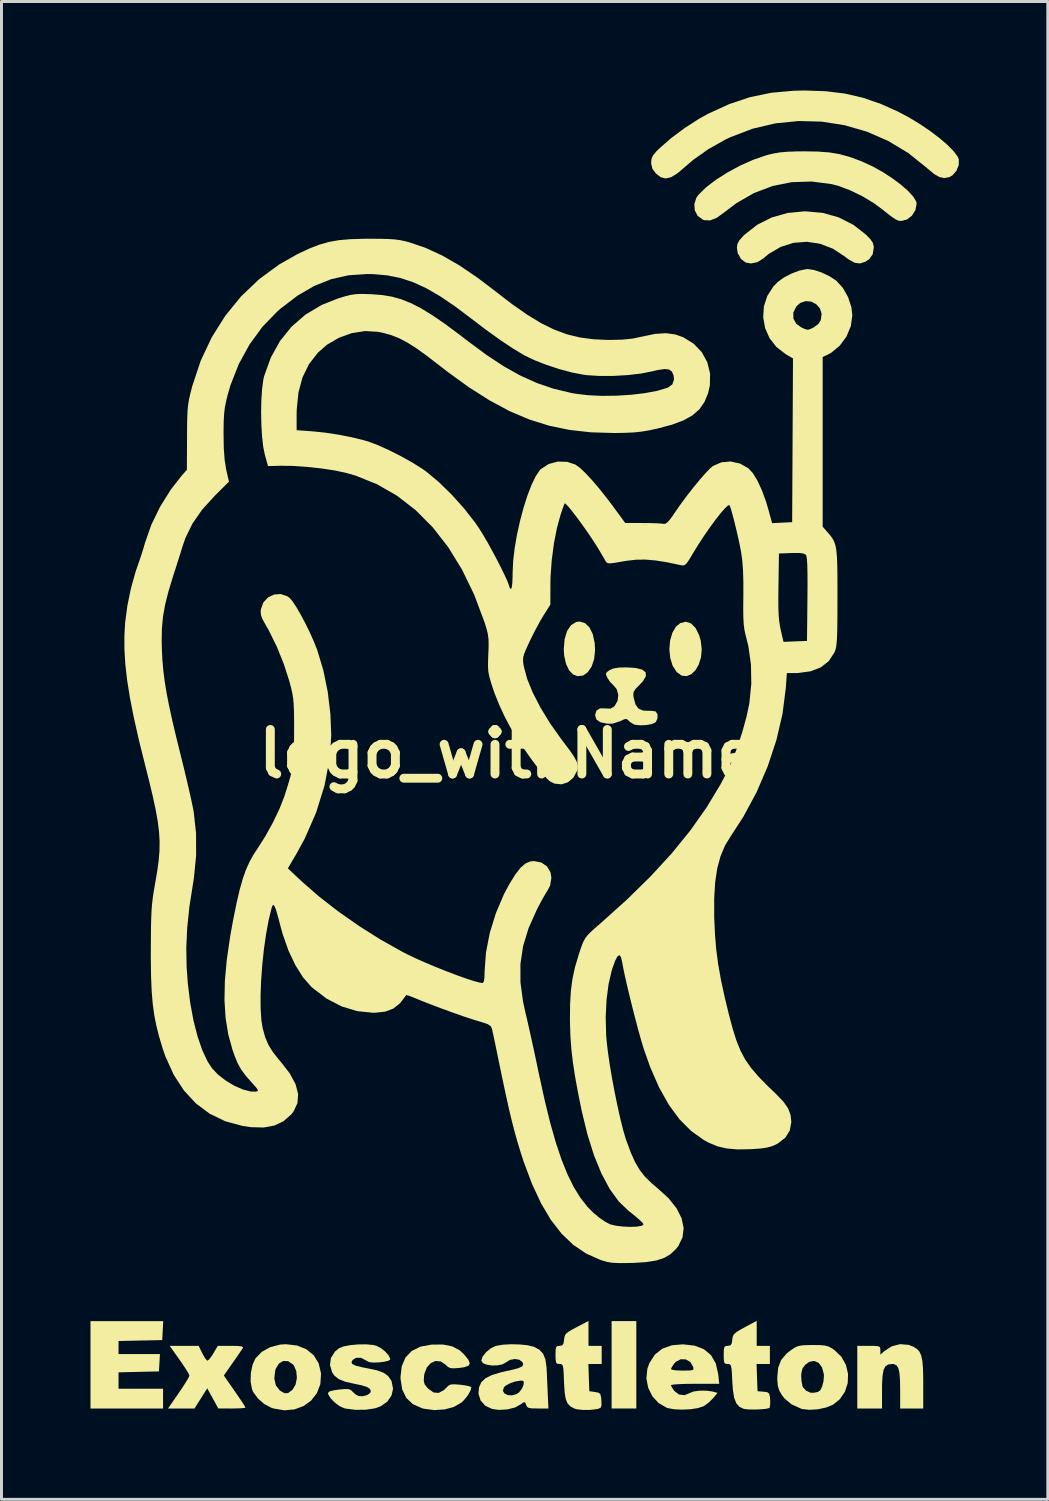
<source format=kicad_pcb>
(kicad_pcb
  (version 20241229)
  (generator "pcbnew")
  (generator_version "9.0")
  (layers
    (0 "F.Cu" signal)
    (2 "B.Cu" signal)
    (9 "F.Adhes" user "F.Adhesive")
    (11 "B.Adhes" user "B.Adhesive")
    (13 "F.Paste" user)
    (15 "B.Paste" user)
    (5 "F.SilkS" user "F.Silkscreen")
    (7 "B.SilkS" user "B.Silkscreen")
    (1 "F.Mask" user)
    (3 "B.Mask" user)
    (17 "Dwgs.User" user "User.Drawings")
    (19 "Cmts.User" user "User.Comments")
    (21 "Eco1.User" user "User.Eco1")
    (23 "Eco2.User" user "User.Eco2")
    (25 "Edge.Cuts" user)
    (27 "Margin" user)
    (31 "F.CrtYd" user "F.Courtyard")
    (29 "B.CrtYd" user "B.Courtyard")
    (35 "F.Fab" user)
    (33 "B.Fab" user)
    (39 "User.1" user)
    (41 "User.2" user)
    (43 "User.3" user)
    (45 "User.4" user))
  (footprint "logo_withName"
    (layer "F.Cu")
    (at 14.062 22.359)
    (property "Reference" "logo_withName" (at 0 0 0) (layer "F.SilkS") (effects (font (size 1.5 1.5) (thickness 0.3))))
    (attr board_only exclude_from_pos_files exclude_from_bom)
    (fp_poly (pts (xy 4.335 20.592) (xy 4.335 22.065) (xy 3.918 22.065) (xy 3.502 22.065) (xy 3.502 20.592) (xy 3.502 19.119) (xy 3.918 19.119) (xy 4.335 19.119)) (stroke (width 0) (type solid)) (fill yes) (layer "F.SilkS"))
    (fp_poly (pts (xy 2.604 -4.408) (xy 2.756 -4.262) (xy 2.868 -4.033) (xy 2.932 -3.735) (xy 2.945 -3.495) (xy 2.913 -3.191) (xy 2.827 -2.939) (xy 2.699 -2.751) (xy 2.54 -2.64) (xy 2.359 -2.618) (xy 2.209 -2.673) (xy 2.072 -2.81) (xy 1.967 -3.03) (xy 1.904 -3.308) (xy 1.89 -3.529) (xy 1.919 -3.869) (xy 2.002 -4.142) (xy 2.134 -4.337) (xy 2.306 -4.444) (xy 2.419 -4.46)) (stroke (width 0) (type solid)) (fill yes) (layer "F.SilkS"))
    (fp_poly (pts (xy 6.182 -4.394) (xy 6.334 -4.24) (xy 6.454 -3.998) (xy 6.507 -3.811) (xy 6.54 -3.522) (xy 6.515 -3.252) (xy 6.441 -3.013) (xy 6.329 -2.82) (xy 6.189 -2.684) (xy 6.031 -2.619) (xy 5.864 -2.637) (xy 5.7 -2.753) (xy 5.695 -2.759) (xy 5.558 -2.972) (xy 5.477 -3.236) (xy 5.449 -3.526) (xy 5.474 -3.816) (xy 5.549 -4.078) (xy 5.671 -4.288) (xy 5.818 -4.408) (xy 6.007 -4.453)) (stroke (width 0) (type solid)) (fill yes) (layer "F.SilkS"))
    (fp_poly (pts (xy -11.627 19.439) (xy -11.644 19.759) (xy -12.38 19.774) (xy -13.117 19.79) (xy -13.117 20.01) (xy -13.117 20.231) (xy -12.419 20.231) (xy -11.722 20.231) (xy -11.738 20.523) (xy -11.755 20.815) (xy -12.436 20.83) (xy -13.117 20.846) (xy -13.117 21.122) (xy -13.117 21.398) (xy -12.367 21.398) (xy -11.616 21.398) (xy -11.616 21.732) (xy -11.616 22.065) (xy -12.839 22.065) (xy -14.062 22.065) (xy -14.062 20.592) (xy -14.062 19.119) (xy -12.836 19.119) (xy -11.611 19.119)) (stroke (width 0) (type solid)) (fill yes) (layer "F.SilkS"))
    (fp_poly (pts (xy 10.614 -18.235) (xy 11.155 -18.083) (xy 11.648 -17.833) (xy 12.065 -17.509) (xy 12.222 -17.35) (xy 12.306 -17.227) (xy 12.337 -17.11) (xy 12.339 -17.07) (xy 12.303 -16.84) (xy 12.187 -16.675) (xy 12.053 -16.587) (xy 11.876 -16.529) (xy 11.699 -16.552) (xy 11.498 -16.66) (xy 11.368 -16.759) (xy 10.96 -17.027) (xy 10.526 -17.194) (xy 10.079 -17.26) (xy 9.633 -17.224) (xy 9.202 -17.087) (xy 8.798 -16.851) (xy 8.613 -16.696) (xy 8.419 -16.574) (xy 8.201 -16.529) (xy 8.023 -16.56) (xy 7.857 -16.686) (xy 7.752 -16.882) (xy 7.726 -17.058) (xy 7.742 -17.184) (xy 7.803 -17.301) (xy 7.927 -17.443) (xy 7.99 -17.504) (xy 8.413 -17.835) (xy 8.899 -18.079) (xy 9.433 -18.231) (xy 10.003 -18.286) (xy 10.032 -18.286)) (stroke (width 0) (type solid)) (fill yes) (layer "F.SilkS"))
    (fp_poly (pts (xy 13.515 19.92) (xy 13.674 19.982) (xy 13.792 20.056) (xy 13.878 20.15) (xy 13.938 20.28) (xy 13.977 20.465) (xy 13.998 20.72) (xy 14.006 21.062) (xy 14.006 21.229) (xy 14.006 22.065) (xy 13.617 22.065) (xy 13.228 22.065) (xy 13.228 21.457) (xy 13.223 21.117) (xy 13.205 20.873) (xy 13.169 20.71) (xy 13.111 20.615) (xy 13.027 20.571) (xy 12.955 20.565) (xy 12.824 20.582) (xy 12.731 20.645) (xy 12.669 20.767) (xy 12.634 20.963) (xy 12.618 21.248) (xy 12.617 21.438) (xy 12.617 22.065) (xy 12.2 22.065) (xy 11.783 22.065) (xy 11.783 21.009) (xy 11.783 19.953) (xy 12.172 19.953) (xy 12.375 19.955) (xy 12.491 19.966) (xy 12.545 19.997) (xy 12.56 20.056) (xy 12.561 20.102) (xy 12.561 20.25) (xy 12.686 20.137) (xy 12.943 19.969) (xy 13.228 19.896)) (stroke (width 0) (type solid)) (fill yes) (layer "F.SilkS"))
    (fp_poly (pts (xy -10.294 20.203) (xy -10.214 20.347) (xy -10.145 20.438) (xy -10.119 20.453) (xy -10.062 20.409) (xy -9.976 20.296) (xy -9.918 20.203) (xy -9.771 19.953) (xy -9.329 19.953) (xy -9.102 19.957) (xy -8.972 19.971) (xy -8.922 19.998) (xy -8.926 20.023) (xy -8.974 20.097) (xy -9.07 20.238) (xy -9.196 20.421) (xy -9.267 20.523) (xy -9.568 20.954) (xy -9.202 21.478) (xy -9.058 21.688) (xy -8.941 21.863) (xy -8.863 21.985) (xy -8.837 22.034) (xy -8.888 22.048) (xy -9.025 22.059) (xy -9.221 22.064) (xy -9.296 22.065) (xy -9.754 22.064) (xy -9.941 21.724) (xy -10.127 21.385) (xy -10.342 21.725) (xy -10.557 22.065) (xy -11.003 22.065) (xy -11.449 22.065) (xy -11.088 21.543) (xy -10.944 21.33) (xy -10.828 21.147) (xy -10.751 21.014) (xy -10.727 20.956) (xy -10.757 20.886) (xy -10.84 20.748) (xy -10.961 20.565) (xy -11.06 20.422) (xy -11.393 19.953) (xy -10.904 19.953) (xy -10.416 19.953)) (stroke (width 0) (type solid)) (fill yes) (layer "F.SilkS"))
    (fp_poly (pts (xy -7.098 19.942) (xy -6.782 20.07) (xy -6.536 20.273) (xy -6.37 20.546) (xy -6.293 20.879) (xy -6.291 20.895) (xy -6.315 21.243) (xy -6.431 21.547) (xy -6.624 21.796) (xy -6.88 21.982) (xy -7.187 22.095) (xy -7.528 22.126) (xy -7.892 22.064) (xy -7.969 22.039) (xy -8.208 21.912) (xy -8.423 21.723) (xy -8.579 21.506) (xy -8.62 21.41) (xy -8.665 21.152) (xy -8.662 21.052) (xy -7.867 21.052) (xy -7.815 21.284) (xy -7.683 21.456) (xy -7.531 21.547) (xy -7.404 21.545) (xy -7.267 21.445) (xy -7.251 21.429) (xy -7.148 21.257) (xy -7.106 21.036) (xy -7.125 20.809) (xy -7.205 20.619) (xy -7.235 20.582) (xy -7.398 20.471) (xy -7.563 20.462) (xy -7.709 20.547) (xy -7.816 20.721) (xy -7.835 20.78) (xy -7.867 21.052) (xy -8.662 21.052) (xy -8.656 20.86) (xy -8.596 20.582) (xy -8.501 20.374) (xy -8.289 20.155) (xy -8.003 19.997) (xy -7.667 19.91) (xy -7.475 19.898)) (stroke (width 0) (type solid)) (fill yes) (layer "F.SilkS"))
    (fp_poly (pts (xy 2.723 19.534) (xy 2.723 19.953) (xy 2.946 19.953) (xy 3.168 19.953) (xy 3.168 20.259) (xy 3.168 20.565) (xy 2.943 20.565) (xy 2.719 20.565) (xy 2.735 21.023) (xy 2.751 21.482) (xy 2.946 21.509) (xy 3.065 21.534) (xy 3.125 21.584) (xy 3.149 21.693) (xy 3.157 21.794) (xy 3.162 21.951) (xy 3.139 22.032) (xy 3.069 22.069) (xy 2.997 22.086) (xy 2.777 22.112) (xy 2.541 22.114) (xy 2.338 22.092) (xy 2.251 22.068) (xy 2.115 21.996) (xy 2.02 21.897) (xy 1.958 21.75) (xy 1.921 21.537) (xy 1.901 21.235) (xy 1.898 21.171) (xy 1.888 20.905) (xy 1.877 20.731) (xy 1.859 20.63) (xy 1.829 20.581) (xy 1.784 20.566) (xy 1.745 20.565) (xy 1.668 20.556) (xy 1.629 20.511) (xy 1.614 20.404) (xy 1.612 20.259) (xy 1.616 20.084) (xy 1.635 19.992) (xy 1.681 19.958) (xy 1.747 19.953) (xy 1.839 19.937) (xy 1.883 19.868) (xy 1.9 19.745) (xy 1.915 19.638) (xy 1.953 19.559) (xy 2.035 19.486) (xy 2.181 19.399) (xy 2.32 19.325) (xy 2.723 19.114)) (stroke (width 0) (type solid)) (fill yes) (layer "F.SilkS"))
    (fp_poly (pts (xy 8.393 19.532) (xy 8.393 19.953) (xy 8.615 19.953) (xy 8.837 19.953) (xy 8.837 20.259) (xy 8.837 20.565) (xy 8.613 20.565) (xy 8.388 20.565) (xy 8.404 21.023) (xy 8.42 21.482) (xy 8.623 21.499) (xy 8.748 21.515) (xy 8.811 21.56) (xy 8.837 21.664) (xy 8.847 21.767) (xy 8.849 21.924) (xy 8.831 22.029) (xy 8.818 22.049) (xy 8.725 22.073) (xy 8.559 22.09) (xy 8.358 22.099) (xy 8.16 22.098) (xy 8.004 22.086) (xy 7.953 22.076) (xy 7.809 22.006) (xy 7.705 21.889) (xy 7.635 21.708) (xy 7.591 21.447) (xy 7.57 21.151) (xy 7.558 20.89) (xy 7.544 20.721) (xy 7.524 20.624) (xy 7.493 20.579) (xy 7.444 20.565) (xy 7.413 20.565) (xy 7.337 20.556) (xy 7.298 20.511) (xy 7.283 20.402) (xy 7.281 20.259) (xy 7.285 20.084) (xy 7.304 19.992) (xy 7.351 19.958) (xy 7.417 19.953) (xy 7.509 19.937) (xy 7.553 19.866) (xy 7.569 19.748) (xy 7.585 19.643) (xy 7.624 19.564) (xy 7.708 19.489) (xy 7.857 19.399) (xy 7.99 19.327) (xy 8.393 19.11)) (stroke (width 0) (type solid)) (fill yes) (layer "F.SilkS"))
    (fp_poly (pts (xy -1.874 19.97) (xy -1.628 20.097) (xy -1.473 20.238) (xy -1.328 20.418) (xy -1.277 20.542) (xy -1.322 20.624) (xy -1.468 20.674) (xy -1.619 20.696) (xy -1.813 20.711) (xy -1.932 20.703) (xy -2.015 20.663) (xy -2.089 20.592) (xy -2.254 20.479) (xy -2.428 20.463) (xy -2.591 20.533) (xy -2.725 20.68) (xy -2.807 20.892) (xy -2.819 20.967) (xy -2.829 21.136) (xy -2.799 21.251) (xy -2.711 21.363) (xy -2.673 21.401) (xy -2.497 21.526) (xy -2.323 21.539) (xy -2.148 21.442) (xy -2.072 21.367) (xy -1.996 21.293) (xy -1.917 21.255) (xy -1.799 21.248) (xy -1.609 21.263) (xy -1.585 21.265) (xy -1.401 21.291) (xy -1.271 21.323) (xy -1.223 21.353) (xy -1.26 21.478) (xy -1.356 21.638) (xy -1.485 21.795) (xy -1.556 21.862) (xy -1.808 22.009) (xy -2.125 22.096) (xy -2.476 22.118) (xy -2.829 22.071) (xy -2.89 22.055) (xy -3.195 21.92) (xy -3.416 21.71) (xy -3.555 21.426) (xy -3.611 21.069) (xy -3.613 21) (xy -3.57 20.636) (xy -3.443 20.343) (xy -3.233 20.124) (xy -2.94 19.98) (xy -2.567 19.911) (xy -2.562 19.911) (xy -2.179 19.909)) (stroke (width 0) (type solid)) (fill yes) (layer "F.SilkS"))
    (fp_poly (pts (xy 10.463 -20.3) (xy 10.845 -20.271) (xy 11.184 -20.214) (xy 11.515 -20.123) (xy 11.872 -19.993) (xy 11.984 -19.947) (xy 12.32 -19.79) (xy 12.653 -19.602) (xy 12.97 -19.396) (xy 13.255 -19.183) (xy 13.493 -18.975) (xy 13.669 -18.783) (xy 13.768 -18.619) (xy 13.784 -18.543) (xy 13.74 -18.322) (xy 13.623 -18.138) (xy 13.456 -18.01) (xy 13.263 -17.961) (xy 13.16 -17.973) (xy 13.06 -18.024) (xy 12.907 -18.129) (xy 12.728 -18.27) (xy 12.672 -18.316) (xy 12.341 -18.563) (xy 11.95 -18.797) (xy 11.537 -18.997) (xy 11.138 -19.146) (xy 10.921 -19.203) (xy 10.242 -19.291) (xy 9.575 -19.269) (xy 8.926 -19.139) (xy 8.302 -18.903) (xy 7.707 -18.561) (xy 7.299 -18.251) (xy 7.044 -18.066) (xy 6.824 -17.98) (xy 6.627 -17.988) (xy 6.578 -18.005) (xy 6.404 -18.132) (xy 6.306 -18.316) (xy 6.29 -18.529) (xy 6.361 -18.745) (xy 6.429 -18.842) (xy 6.681 -19.091) (xy 7.017 -19.348) (xy 7.412 -19.599) (xy 7.841 -19.83) (xy 8.279 -20.025) (xy 8.702 -20.171) (xy 8.754 -20.186) (xy 8.973 -20.238) (xy 9.19 -20.274) (xy 9.437 -20.295) (xy 9.744 -20.306) (xy 10.004 -20.308)) (stroke (width 0) (type solid)) (fill yes) (layer "F.SilkS"))
    (fp_poly (pts (xy 4.32 -2.895) (xy 4.537 -2.838) (xy 4.65 -2.745) (xy 4.657 -2.616) (xy 4.56 -2.45) (xy 4.44 -2.322) (xy 4.309 -2.188) (xy 4.245 -2.088) (xy 4.233 -1.986) (xy 4.243 -1.908) (xy 4.306 -1.668) (xy 4.412 -1.522) (xy 4.571 -1.458) (xy 4.689 -1.453) (xy 4.853 -1.45) (xy 4.972 -1.432) (xy 4.993 -1.423) (xy 5.049 -1.332) (xy 5.049 -1.2) (xy 4.997 -1.08) (xy 4.973 -1.054) (xy 4.854 -1.003) (xy 4.671 -0.971) (xy 4.472 -0.962) (xy 4.302 -0.979) (xy 4.25 -0.995) (xy 4.124 -1.073) (xy 4.068 -1.127) (xy 4.012 -1.173) (xy 3.936 -1.168) (xy 3.805 -1.108) (xy 3.792 -1.101) (xy 3.535 -1.018) (xy 3.349 -1.018) (xy 3.12 -1.067) (xy 2.989 -1.161) (xy 2.946 -1.304) (xy 2.946 -1.306) (xy 2.989 -1.456) (xy 3.111 -1.534) (xy 3.303 -1.533) (xy 3.456 -1.523) (xy 3.566 -1.578) (xy 3.609 -1.62) (xy 3.706 -1.793) (xy 3.727 -1.994) (xy 3.673 -2.181) (xy 3.584 -2.29) (xy 3.453 -2.424) (xy 3.361 -2.56) (xy 3.311 -2.675) (xy 3.33 -2.744) (xy 3.428 -2.818) (xy 3.558 -2.876) (xy 3.741 -2.907) (xy 3.998 -2.915)) (stroke (width 0) (type solid)) (fill yes) (layer "F.SilkS"))
    (fp_poly (pts (xy 10.718 -22.334) (xy 11.364 -22.255) (xy 11.974 -22.114) (xy 12.581 -21.904) (xy 13.148 -21.651) (xy 13.515 -21.457) (xy 13.88 -21.236) (xy 14.229 -21) (xy 14.547 -20.76) (xy 14.819 -20.528) (xy 15.03 -20.315) (xy 15.165 -20.133) (xy 15.205 -20.04) (xy 15.203 -19.847) (xy 15.124 -19.653) (xy 14.99 -19.498) (xy 14.879 -19.437) (xy 14.715 -19.408) (xy 14.554 -19.441) (xy 14.374 -19.543) (xy 14.153 -19.726) (xy 14.126 -19.751) (xy 13.502 -20.251) (xy 12.826 -20.658) (xy 12.107 -20.971) (xy 11.357 -21.188) (xy 10.587 -21.309) (xy 9.807 -21.33) (xy 9.027 -21.252) (xy 8.259 -21.072) (xy 7.514 -20.789) (xy 7.321 -20.696) (xy 6.757 -20.377) (xy 6.253 -20.021) (xy 5.975 -19.783) (xy 5.716 -19.563) (xy 5.503 -19.434) (xy 5.321 -19.394) (xy 5.156 -19.437) (xy 4.998 -19.56) (xy 4.877 -19.72) (xy 4.836 -19.897) (xy 4.835 -19.931) (xy 4.848 -20.058) (xy 4.897 -20.169) (xy 5.001 -20.296) (xy 5.114 -20.408) (xy 5.507 -20.752) (xy 5.963 -21.092) (xy 6.44 -21.4) (xy 6.758 -21.576) (xy 7.471 -21.902) (xy 8.17 -22.135) (xy 8.885 -22.283) (xy 9.645 -22.351) (xy 10.004 -22.359)) (stroke (width 0) (type solid)) (fill yes) (layer "F.SilkS"))
    (fp_poly (pts (xy 10.525 19.928) (xy 10.69 19.942) (xy 10.812 19.975) (xy 10.923 20.034) (xy 11.009 20.092) (xy 11.247 20.321) (xy 11.401 20.597) (xy 11.472 20.899) (xy 11.461 21.207) (xy 11.367 21.499) (xy 11.191 21.755) (xy 10.962 21.938) (xy 10.736 22.031) (xy 10.459 22.09) (xy 10.176 22.109) (xy 9.934 22.084) (xy 9.893 22.072) (xy 9.569 21.927) (xy 9.329 21.726) (xy 9.24 21.609) (xy 9.151 21.454) (xy 9.105 21.302) (xy 9.088 21.104) (xy 9.087 21.013) (xy 9.09 20.983) (xy 9.893 20.983) (xy 9.906 21.164) (xy 9.938 21.313) (xy 9.952 21.349) (xy 10.058 21.463) (xy 10.203 21.532) (xy 10.329 21.534) (xy 10.431 21.511) (xy 10.452 21.509) (xy 10.529 21.459) (xy 10.596 21.331) (xy 10.643 21.157) (xy 10.659 20.97) (xy 10.655 20.905) (xy 10.594 20.677) (xy 10.48 20.526) (xy 10.331 20.462) (xy 10.163 20.492) (xy 10.03 20.59) (xy 9.935 20.718) (xy 9.897 20.88) (xy 9.893 20.983) (xy 9.09 20.983) (xy 9.117 20.688) (xy 9.216 20.431) (xy 9.399 20.214) (xy 9.553 20.093) (xy 9.678 20.011) (xy 9.789 19.962) (xy 9.922 19.936) (xy 10.109 19.927) (xy 10.282 19.925)) (stroke (width 0) (type solid)) (fill yes) (layer "F.SilkS"))
    (fp_poly (pts (xy 6.299 19.946) (xy 6.615 20.067) (xy 6.853 20.267) (xy 7.013 20.545) (xy 7.096 20.904) (xy 7.098 20.923) (xy 7.13 21.232) (xy 6.316 21.232) (xy 6.03 21.235) (xy 5.787 21.243) (xy 5.609 21.256) (xy 5.513 21.272) (xy 5.502 21.28) (xy 5.534 21.353) (xy 5.61 21.465) (xy 5.618 21.474) (xy 5.774 21.593) (xy 5.96 21.617) (xy 6.143 21.54) (xy 6.145 21.539) (xy 6.271 21.49) (xy 6.465 21.465) (xy 6.686 21.464) (xy 6.894 21.49) (xy 6.941 21.502) (xy 7.073 21.539) (xy 6.92 21.721) (xy 6.779 21.861) (xy 6.625 21.975) (xy 6.599 21.99) (xy 6.41 22.051) (xy 6.153 22.09) (xy 5.869 22.103) (xy 5.599 22.09) (xy 5.384 22.048) (xy 5.363 22.041) (xy 5.087 21.883) (xy 4.875 21.651) (xy 4.735 21.367) (xy 4.675 21.053) (xy 4.705 20.739) (xy 5.502 20.739) (xy 5.553 20.762) (xy 5.687 20.78) (xy 5.877 20.787) (xy 5.895 20.787) (xy 6.099 20.785) (xy 6.213 20.774) (xy 6.26 20.748) (xy 6.26 20.697) (xy 6.251 20.662) (xy 6.154 20.497) (xy 6.003 20.409) (xy 5.831 20.405) (xy 5.668 20.491) (xy 5.618 20.544) (xy 5.539 20.658) (xy 5.503 20.735) (xy 5.502 20.739) (xy 4.705 20.739) (xy 4.706 20.731) (xy 4.774 20.537) (xy 4.959 20.25) (xy 5.211 20.049) (xy 5.533 19.934) (xy 5.904 19.902)) (stroke (width 0) (type solid)) (fill yes) (layer "F.SilkS"))
    (fp_poly (pts (xy -4.536 19.924) (xy -4.427 19.95) (xy -4.28 20.025) (xy -4.135 20.139) (xy -4.02 20.265) (xy -3.962 20.377) (xy -3.962 20.419) (xy -4.024 20.456) (xy -4.165 20.489) (xy -4.323 20.509) (xy -4.535 20.518) (xy -4.673 20.499) (xy -4.773 20.448) (xy -4.783 20.439) (xy -4.947 20.357) (xy -5.109 20.355) (xy -5.226 20.428) (xy -5.266 20.505) (xy -5.233 20.569) (xy -5.118 20.623) (xy -4.908 20.676) (xy -4.727 20.71) (xy -4.41 20.777) (xy -4.185 20.86) (xy -4.032 20.969) (xy -3.93 21.114) (xy -3.911 21.156) (xy -3.864 21.398) (xy -3.917 21.629) (xy -4.057 21.832) (xy -4.275 21.987) (xy -4.468 22.058) (xy -4.785 22.106) (xy -5.136 22.109) (xy -5.461 22.067) (xy -5.515 22.054) (xy -5.668 21.984) (xy -5.828 21.865) (xy -5.964 21.726) (xy -6.046 21.595) (xy -6.058 21.542) (xy -6.01 21.491) (xy -5.863 21.451) (xy -5.687 21.427) (xy -5.484 21.409) (xy -5.36 21.413) (xy -5.283 21.443) (xy -5.229 21.498) (xy -5.113 21.6) (xy -5.023 21.644) (xy -4.884 21.652) (xy -4.742 21.614) (xy -4.639 21.545) (xy -4.613 21.485) (xy -4.643 21.405) (xy -4.742 21.34) (xy -4.926 21.282) (xy -5.168 21.232) (xy -5.478 21.161) (xy -5.696 21.072) (xy -5.844 20.955) (xy -5.918 20.844) (xy -5.99 20.598) (xy -5.957 20.36) (xy -5.823 20.148) (xy -5.686 20.034) (xy -5.532 19.973) (xy -5.304 19.929) (xy -5.038 19.905) (xy -4.77 19.902)) (stroke (width 0) (type solid)) (fill yes) (layer "F.SilkS"))
    (fp_poly (pts (xy 0.407 19.906) (xy 0.676 19.934) (xy 0.878 19.983) (xy 0.885 19.986) (xy 1.069 20.083) (xy 1.193 20.217) (xy 1.27 20.407) (xy 1.309 20.677) (xy 1.317 20.814) (xy 1.329 21.1) (xy 1.343 21.41) (xy 1.354 21.662) (xy 1.373 22.065) (xy 1.015 22.065) (xy 0.817 22.061) (xy 0.704 22.043) (xy 0.648 22.003) (xy 0.627 21.954) (xy 0.588 21.86) (xy 0.526 21.86) (xy 0.449 21.918) (xy 0.253 22.029) (xy -0.007 22.095) (xy -0.29 22.112) (xy -0.526 22.08) (xy -0.758 21.971) (xy -0.915 21.792) (xy -0.985 21.564) (xy -0.977 21.471) (xy -0.161 21.471) (xy -0.108 21.56) (xy 0.003 21.614) (xy 0.148 21.622) (xy 0.3 21.577) (xy 0.381 21.523) (xy 0.482 21.393) (xy 0.532 21.273) (xy 0.546 21.164) (xy 0.5 21.127) (xy 0.437 21.125) (xy 0.258 21.153) (xy 0.073 21.217) (xy -0.074 21.298) (xy -0.13 21.353) (xy -0.161 21.471) (xy -0.977 21.471) (xy -0.967 21.354) (xy -0.891 21.183) (xy -0.75 21.046) (xy -0.528 20.935) (xy -0.214 20.842) (xy -0.103 20.817) (xy 0.182 20.753) (xy 0.371 20.7) (xy 0.479 20.651) (xy 0.521 20.597) (xy 0.512 20.533) (xy 0.499 20.507) (xy 0.398 20.423) (xy 0.243 20.396) (xy 0.076 20.427) (xy -0.056 20.509) (xy -0.177 20.577) (xy -0.347 20.612) (xy -0.534 20.615) (xy -0.708 20.588) (xy -0.837 20.533) (xy -0.889 20.454) (xy -0.889 20.45) (xy -0.843 20.312) (xy -0.724 20.162) (xy -0.564 20.033) (xy -0.399 19.955) (xy -0.171 19.915) (xy 0.111 19.899)) (stroke (width 0) (type solid)) (fill yes) (layer "F.SilkS"))
    (fp_poly (pts (xy -4.325 -17.361) (xy -4.04 -17.354) (xy -3.816 -17.34) (xy -3.628 -17.315) (xy -3.453 -17.279) (xy -3.319 -17.243) (xy -2.772 -17.057) (xy -2.212 -16.799) (xy -1.627 -16.463) (xy -1.008 -16.043) (xy -0.421 -15.596) (xy 0.144 -15.161) (xy 0.653 -14.805) (xy 1.121 -14.52) (xy 1.564 -14.301) (xy 1.997 -14.141) (xy 2.436 -14.034) (xy 2.896 -13.973) (xy 3.392 -13.951) (xy 3.463 -13.951) (xy 3.87 -13.962) (xy 4.211 -13.997) (xy 4.525 -14.063) (xy 4.535 -14.065) (xy 4.966 -14.155) (xy 5.33 -14.179) (xy 5.65 -14.136) (xy 5.917 -14.042) (xy 6.269 -13.824) (xy 6.542 -13.538) (xy 6.728 -13.198) (xy 6.821 -12.819) (xy 6.814 -12.417) (xy 6.753 -12.152) (xy 6.631 -11.857) (xy 6.46 -11.612) (xy 6.228 -11.409) (xy 5.922 -11.239) (xy 5.53 -11.093) (xy 5.057 -10.967) (xy 4.773 -10.905) (xy 4.523 -10.863) (xy 4.272 -10.836) (xy 3.986 -10.821) (xy 3.63 -10.815) (xy 3.557 -10.815) (xy 2.798 -10.838) (xy 2.083 -10.918) (xy 1.399 -11.06) (xy 0.732 -11.269) (xy 0.068 -11.55) (xy -0.605 -11.91) (xy -1.303 -12.353) (xy -2.037 -12.885) (xy -2.334 -13.115) (xy -2.743 -13.43) (xy -3.089 -13.678) (xy -3.39 -13.868) (xy -3.664 -14.011) (xy -3.929 -14.115) (xy -4.201 -14.19) (xy -4.375 -14.226) (xy -4.807 -14.251) (xy -5.254 -14.181) (xy -5.69 -14.024) (xy -6.09 -13.79) (xy -6.397 -13.523) (xy -6.698 -13.134) (xy -6.916 -12.689) (xy -7.053 -12.18) (xy -7.111 -11.599) (xy -7.114 -11.427) (xy -7.114 -10.909) (xy -6.572 -10.87) (xy -6.156 -10.827) (xy -5.701 -10.758) (xy -5.252 -10.67) (xy -4.851 -10.571) (xy -4.696 -10.526) (xy -4.374 -10.405) (xy -3.998 -10.235) (xy -3.602 -10.035) (xy -3.22 -9.822) (xy -2.889 -9.615) (xy -2.737 -9.508) (xy -2.316 -9.156) (xy -1.883 -8.733) (xy -1.469 -8.27) (xy -1.101 -7.8) (xy -0.963 -7.599) (xy -0.83 -7.386) (xy -0.679 -7.128) (xy -0.52 -6.841) (xy -0.364 -6.547) (xy -0.219 -6.263) (xy -0.095 -6.009) (xy -0.003 -5.804) (xy 0.048 -5.666) (xy 0.055 -5.627) (xy 0.091 -5.563) (xy 0.111 -5.558) (xy 0.137 -5.611) (xy 0.156 -5.759) (xy 0.165 -5.987) (xy 0.167 -6.121) (xy 0.185 -6.508) (xy 0.235 -6.936) (xy 0.313 -7.387) (xy 0.414 -7.843) (xy 0.532 -8.286) (xy 0.662 -8.697) (xy 0.8 -9.058) (xy 0.94 -9.35) (xy 1.078 -9.556) (xy 1.12 -9.6) (xy 1.381 -9.769) (xy 1.686 -9.851) (xy 2.004 -9.843) (xy 2.283 -9.75) (xy 2.424 -9.65) (xy 2.614 -9.471) (xy 2.841 -9.227) (xy 3.093 -8.932) (xy 3.357 -8.599) (xy 3.527 -8.374) (xy 3.961 -7.781) (xy 4.551 -7.78) (xy 4.807 -7.778) (xy 5.03 -7.771) (xy 5.191 -7.761) (xy 5.252 -7.752) (xy 5.317 -7.757) (xy 5.393 -7.813) (xy 5.495 -7.933) (xy 5.635 -8.133) (xy 5.669 -8.184) (xy 5.849 -8.442) (xy 6.054 -8.717) (xy 6.27 -8.992) (xy 6.48 -9.247) (xy 6.67 -9.463) (xy 6.825 -9.624) (xy 6.919 -9.703) (xy 7.206 -9.828) (xy 7.518 -9.855) (xy 7.831 -9.784) (xy 8.108 -9.629) (xy 8.261 -9.465) (xy 8.418 -9.208) (xy 8.572 -8.875) (xy 8.713 -8.484) (xy 8.786 -8.237) (xy 8.912 -7.776) (xy 9.25 -7.793) (xy 9.588 -7.809) (xy 9.602 -10.568) (xy 9.616 -13.328) (xy 9.372 -13.471) (xy 9.057 -13.714) (xy 8.824 -14.014) (xy 8.675 -14.354) (xy 8.611 -14.715) (xy 8.622 -14.875) (xy 9.627 -14.875) (xy 9.629 -14.672) (xy 9.728 -14.494) (xy 9.911 -14.365) (xy 10.04 -14.31) (xy 10.118 -14.294) (xy 10.199 -14.318) (xy 10.312 -14.372) (xy 10.475 -14.494) (xy 10.553 -14.622) (xy 10.581 -14.835) (xy 10.521 -15.018) (xy 10.397 -15.158) (xy 10.23 -15.243) (xy 10.044 -15.26) (xy 9.861 -15.198) (xy 9.727 -15.078) (xy 9.627 -14.875) (xy 8.622 -14.875) (xy 8.635 -15.081) (xy 8.749 -15.433) (xy 8.955 -15.754) (xy 9.099 -15.903) (xy 9.308 -16.054) (xy 9.567 -16.189) (xy 9.835 -16.29) (xy 10.07 -16.338) (xy 10.116 -16.34) (xy 10.331 -16.308) (xy 10.589 -16.221) (xy 10.849 -16.097) (xy 11.069 -15.953) (xy 11.081 -15.943) (xy 11.299 -15.702) (xy 11.473 -15.394) (xy 11.584 -15.056) (xy 11.616 -14.779) (xy 11.564 -14.412) (xy 11.417 -14.063) (xy 11.191 -13.757) (xy 10.903 -13.519) (xy 10.76 -13.443) (xy 10.616 -13.377) (xy 10.616 -10.517) (xy 10.616 -7.657) (xy 10.789 -7.459) (xy 10.879 -7.354) (xy 10.95 -7.255) (xy 11.006 -7.15) (xy 11.047 -7.023) (xy 11.077 -6.862) (xy 11.096 -6.654) (xy 11.108 -6.384) (xy 11.113 -6.038) (xy 11.115 -5.604) (xy 11.115 -5.268) (xy 11.114 -4.792) (xy 11.111 -4.413) (xy 11.106 -4.119) (xy 11.098 -3.895) (xy 11.086 -3.728) (xy 11.07 -3.605) (xy 11.048 -3.511) (xy 11.02 -3.435) (xy 11.012 -3.418) (xy 10.823 -3.128) (xy 10.555 -2.916) (xy 10.207 -2.782) (xy 9.782 -2.725) (xy 9.676 -2.723) (xy 9.41 -2.723) (xy 9.374 -2.22) (xy 9.264 -1.356) (xy 9.058 -0.47) (xy 8.765 0.417) (xy 8.392 1.286) (xy 7.946 2.115) (xy 7.532 2.752) (xy 7.33 3.081) (xy 7.175 3.444) (xy 7.064 3.854) (xy 6.993 4.326) (xy 6.96 4.875) (xy 6.961 5.516) (xy 6.963 5.558) (xy 6.987 6.092) (xy 7.029 6.595) (xy 7.095 7.095) (xy 7.188 7.619) (xy 7.313 8.196) (xy 7.448 8.754) (xy 7.578 9.246) (xy 7.705 9.653) (xy 7.843 9.997) (xy 8.004 10.3) (xy 8.203 10.586) (xy 8.453 10.878) (xy 8.767 11.198) (xy 9.041 11.46) (xy 9.288 11.716) (xy 9.449 11.946) (xy 9.535 12.173) (xy 9.56 12.408) (xy 9.508 12.695) (xy 9.356 12.938) (xy 9.106 13.132) (xy 9.044 13.165) (xy 8.889 13.231) (xy 8.718 13.275) (xy 8.5 13.304) (xy 8.204 13.324) (xy 8.182 13.325) (xy 7.744 13.332) (xy 7.384 13.301) (xy 7.072 13.229) (xy 6.779 13.107) (xy 6.614 13.018) (xy 6.183 12.711) (xy 5.79 12.316) (xy 5.431 11.828) (xy 5.103 11.244) (xy 4.803 10.558) (xy 4.584 9.937) (xy 4.506 9.68) (xy 4.413 9.351) (xy 4.313 8.973) (xy 4.209 8.57) (xy 4.109 8.165) (xy 4.017 7.78) (xy 3.94 7.439) (xy 3.884 7.166) (xy 3.859 7.023) (xy 3.818 6.849) (xy 3.765 6.783) (xy 3.699 6.826) (xy 3.62 6.978) (xy 3.526 7.24) (xy 3.508 7.298) (xy 3.4 7.76) (xy 3.331 8.296) (xy 3.303 8.878) (xy 3.318 9.475) (xy 3.332 9.651) (xy 3.373 10.013) (xy 3.434 10.439) (xy 3.512 10.905) (xy 3.602 11.386) (xy 3.698 11.857) (xy 3.796 12.296) (xy 3.891 12.677) (xy 3.979 12.976) (xy 3.993 13.016) (xy 4.146 13.43) (xy 4.293 13.76) (xy 4.451 14.028) (xy 4.634 14.26) (xy 4.86 14.48) (xy 5.053 14.642) (xy 5.421 14.977) (xy 5.691 15.316) (xy 5.861 15.652) (xy 5.93 15.979) (xy 5.894 16.292) (xy 5.754 16.584) (xy 5.667 16.695) (xy 5.486 16.865) (xy 5.272 16.99) (xy 5.006 17.077) (xy 4.67 17.13) (xy 4.245 17.157) (xy 4.196 17.158) (xy 3.883 17.164) (xy 3.652 17.161) (xy 3.474 17.146) (xy 3.32 17.116) (xy 3.16 17.068) (xy 3.111 17.051) (xy 2.643 16.841) (xy 2.214 16.552) (xy 1.82 16.177) (xy 1.459 15.713) (xy 1.127 15.155) (xy 0.821 14.499) (xy 0.536 13.739) (xy 0.425 13.395) (xy 0.325 13.062) (xy 0.23 12.725) (xy 0.137 12.363) (xy 0.041 11.96) (xy -0.062 11.497) (xy -0.177 10.957) (xy -0.274 10.489) (xy -0.345 10.145) (xy -0.409 9.832) (xy -0.465 9.569) (xy -0.506 9.374) (xy -0.53 9.266) (xy -0.532 9.258) (xy -0.573 9.177) (xy -0.667 9.113) (xy -0.838 9.053) (xy -0.908 9.033) (xy -1.145 8.961) (xy -1.458 8.858) (xy -1.816 8.733) (xy -2.194 8.596) (xy -2.561 8.458) (xy -2.89 8.329) (xy -2.996 8.285) (xy -3.188 8.207) (xy -3.335 8.152) (xy -3.412 8.128) (xy -3.417 8.128) (xy -3.626 8.402) (xy -3.853 8.584) (xy -4.124 8.687) (xy -4.465 8.725) (xy -4.541 8.726) (xy -5.077 8.671) (xy -5.602 8.51) (xy -6.106 8.248) (xy -6.578 7.888) (xy -6.619 7.851) (xy -6.898 7.533) (xy -7.157 7.122) (xy -7.388 6.633) (xy -7.582 6.083) (xy -7.658 5.808) (xy -7.742 5.488) (xy -7.806 5.267) (xy -7.856 5.137) (xy -7.896 5.09) (xy -7.929 5.116) (xy -7.959 5.199) (xy -8.059 5.614) (xy -8.146 6.088) (xy -8.218 6.599) (xy -8.273 7.126) (xy -8.311 7.648) (xy -8.33 8.144) (xy -8.327 8.593) (xy -8.303 8.974) (xy -8.26 9.241) (xy -8.174 9.55) (xy -8.066 9.807) (xy -7.915 10.051) (xy -7.703 10.318) (xy -7.644 10.385) (xy -7.344 10.773) (xy -7.15 11.133) (xy -7.064 11.465) (xy -7.086 11.77) (xy -7.214 12.048) (xy -7.292 12.149) (xy -7.552 12.379) (xy -7.858 12.526) (xy -8.221 12.593) (xy -8.651 12.583) (xy -8.935 12.541) (xy -9.516 12.384) (xy -10.041 12.131) (xy -10.506 11.785) (xy -10.911 11.348) (xy -11.255 10.82) (xy -11.535 10.204) (xy -11.638 9.904) (xy -11.754 9.513) (xy -11.846 9.147) (xy -11.916 8.785) (xy -11.966 8.407) (xy -12 7.992) (xy -12.02 7.518) (xy -12.028 6.966) (xy -12.028 6.642) (xy -12.026 6.178) (xy -12.022 5.804) (xy -12.014 5.501) (xy -12.002 5.247) (xy -11.983 5.023) (xy -11.957 4.808) (xy -11.921 4.581) (xy -11.876 4.323) (xy -11.81 3.938) (xy -11.764 3.593) (xy -11.737 3.272) (xy -11.732 2.957) (xy -11.751 2.633) (xy -11.794 2.283) (xy -11.864 1.89) (xy -11.96 1.439) (xy -12.086 0.912) (xy -12.225 0.361) (xy -12.432 -0.472) (xy -12.599 -1.214) (xy -12.73 -1.877) (xy -12.826 -2.475) (xy -12.888 -3.019) (xy -12.918 -3.522) (xy -12.919 -3.798) (xy -11.663 -3.798) (xy -11.656 -3.529) (xy -11.638 -3.166) (xy -11.607 -2.808) (xy -11.56 -2.438) (xy -11.495 -2.04) (xy -11.408 -1.598) (xy -11.298 -1.094) (xy -11.16 -0.514) (xy -11.032 0.004) (xy -10.929 0.419) (xy -10.831 0.829) (xy -10.741 1.213) (xy -10.666 1.548) (xy -10.61 1.814) (xy -10.584 1.949) (xy -10.504 2.672) (xy -10.502 3.436) (xy -10.579 4.207) (xy -10.605 4.363) (xy -10.727 5.145) (xy -10.802 5.858) (xy -10.833 6.532) (xy -10.821 7.199) (xy -10.78 7.753) (xy -10.702 8.385) (xy -10.593 8.977) (xy -10.456 9.514) (xy -10.297 9.981) (xy -10.118 10.364) (xy -9.975 10.586) (xy -9.769 10.806) (xy -9.509 11.009) (xy -9.221 11.182) (xy -8.932 11.31) (xy -8.667 11.38) (xy -8.49 11.384) (xy -8.429 11.368) (xy -8.419 11.333) (xy -8.468 11.259) (xy -8.582 11.128) (xy -8.619 11.088) (xy -8.833 10.844) (xy -8.987 10.634) (xy -9.106 10.419) (xy -9.211 10.16) (xy -9.277 9.97) (xy -9.419 9.455) (xy -9.508 8.905) (xy -9.546 8.308) (xy -9.533 7.654) (xy -9.467 6.93) (xy -9.35 6.127) (xy -9.247 5.563) (xy -9.138 5.027) (xy -9.035 4.585) (xy -8.932 4.218) (xy -8.823 3.908) (xy -8.702 3.639) (xy -8.564 3.392) (xy -8.449 3.217) (xy -8.174 2.786) (xy -7.917 2.322) (xy -7.696 1.862) (xy -7.53 1.44) (xy -7.514 1.389) (xy -7.408 1.055) (xy -7.329 0.783) (xy -7.273 0.546) (xy -7.236 0.316) (xy -7.214 0.068) (xy -7.203 -0.226) (xy -7.2 -0.592) (xy -7.199 -0.778) (xy -7.2 -1.16) (xy -7.204 -1.454) (xy -7.214 -1.683) (xy -7.231 -1.872) (xy -7.259 -2.044) (xy -7.299 -2.221) (xy -7.354 -2.427) (xy -7.359 -2.446) (xy -7.544 -3.023) (xy -7.779 -3.607) (xy -8.045 -4.148) (xy -8.154 -4.34) (xy -8.263 -4.536) (xy -8.317 -4.68) (xy -8.326 -4.807) (xy -8.318 -4.878) (xy -8.234 -5.106) (xy -8.078 -5.273) (xy -7.876 -5.37) (xy -7.653 -5.387) (xy -7.435 -5.315) (xy -7.351 -5.256) (xy -7.252 -5.141) (xy -7.122 -4.944) (xy -6.974 -4.688) (xy -6.817 -4.393) (xy -6.665 -4.082) (xy -6.529 -3.777) (xy -6.42 -3.502) (xy -6.215 -2.822) (xy -6.066 -2.093) (xy -5.976 -1.348) (xy -5.948 -0.62) (xy -5.988 0.06) (xy -5.997 0.139) (xy -6.174 1.068) (xy -6.457 1.979) (xy -6.842 2.859) (xy -7.116 3.361) (xy -7.41 3.859) (xy -6.943 4.298) (xy -6.368 4.801) (xy -5.713 5.31) (xy -5.008 5.803) (xy -4.281 6.262) (xy -3.561 6.666) (xy -3.403 6.747) (xy -3.117 6.885) (xy -2.788 7.031) (xy -2.434 7.18) (xy -2.074 7.324) (xy -1.726 7.457) (xy -1.409 7.57) (xy -1.142 7.657) (xy -0.943 7.71) (xy -0.848 7.725) (xy -0.808 7.685) (xy -0.785 7.557) (xy -0.778 7.33) (xy -0.778 7.323) (xy -0.732 6.693) (xy -0.603 6.031) (xy -0.397 5.366) (xy -0.125 4.727) (xy 0.063 4.377) (xy 0.26 4.061) (xy 0.433 3.838) (xy 0.595 3.697) (xy 0.757 3.627) (xy 0.883 3.613) (xy 1.131 3.66) (xy 1.323 3.791) (xy 1.442 3.989) (xy 1.473 4.178) (xy 1.428 4.445) (xy 1.354 4.585) (xy 1.278 4.708) (xy 1.169 4.898) (xy 1.047 5.125) (xy 0.982 5.252) (xy 0.702 5.879) (xy 0.519 6.482) (xy 0.429 7.083) (xy 0.43 7.702) (xy 0.519 8.362) (xy 0.593 8.698) (xy 0.656 8.966) (xy 0.735 9.315) (xy 0.825 9.72) (xy 0.919 10.155) (xy 1.011 10.591) (xy 1.054 10.795) (xy 1.243 11.661) (xy 1.43 12.424) (xy 1.619 13.092) (xy 1.813 13.671) (xy 2.014 14.171) (xy 2.225 14.599) (xy 2.45 14.962) (xy 2.692 15.269) (xy 2.885 15.465) (xy 3.077 15.626) (xy 3.275 15.763) (xy 3.44 15.852) (xy 3.457 15.858) (xy 3.643 15.903) (xy 3.881 15.932) (xy 4.131 15.943) (xy 4.355 15.935) (xy 4.512 15.907) (xy 4.518 15.904) (xy 4.574 15.871) (xy 4.56 15.821) (xy 4.469 15.73) (xy 4.462 15.724) (xy 4.324 15.604) (xy 4.15 15.462) (xy 4.07 15.4) (xy 3.744 15.087) (xy 3.441 14.67) (xy 3.162 14.151) (xy 2.91 13.534) (xy 2.686 12.823) (xy 2.492 12.022) (xy 2.483 11.976) (xy 2.361 11.37) (xy 2.266 10.848) (xy 2.196 10.387) (xy 2.147 9.963) (xy 2.116 9.554) (xy 2.101 9.136) (xy 2.098 8.948) (xy 2.103 8.426) (xy 2.13 7.982) (xy 2.183 7.583) (xy 2.267 7.197) (xy 2.386 6.792) (xy 2.399 6.753) (xy 2.477 6.516) (xy 2.543 6.345) (xy 2.614 6.213) (xy 2.708 6.094) (xy 2.843 5.962) (xy 3.038 5.791) (xy 3.113 5.726) (xy 4.018 4.913) (xy 4.823 4.123) (xy 5.534 3.348) (xy 6.158 2.579) (xy 6.701 1.81) (xy 7.171 1.032) (xy 7.409 0.581) (xy 7.582 0.194) (xy 7.754 -0.264) (xy 7.912 -0.753) (xy 8.045 -1.235) (xy 8.138 -1.668) (xy 8.146 -1.718) (xy 8.211 -2.361) (xy 8.199 -3.007) (xy 8.114 -3.62) (xy 8.054 -3.863) (xy 8.009 -4.038) (xy 7.976 -4.201) (xy 7.955 -4.375) (xy 7.943 -4.584) (xy 7.939 -4.851) (xy 7.941 -5.2) (xy 7.942 -5.251) (xy 9.122 -5.251) (xy 9.124 -4.923) (xy 9.134 -4.664) (xy 9.154 -4.453) (xy 9.183 -4.27) (xy 9.202 -4.18) (xy 9.296 -3.775) (xy 9.692 -3.791) (xy 10.088 -3.807) (xy 10.103 -5.218) (xy 10.106 -5.699) (xy 10.104 -6.077) (xy 10.098 -6.359) (xy 10.086 -6.554) (xy 10.068 -6.669) (xy 10.052 -6.707) (xy 9.98 -6.749) (xy 9.84 -6.77) (xy 9.612 -6.771) (xy 9.565 -6.769) (xy 9.143 -6.753) (xy 9.126 -5.669) (xy 9.122 -5.251) (xy 7.942 -5.251) (xy 7.943 -5.308) (xy 7.943 -5.797) (xy 7.931 -6.198) (xy 7.905 -6.53) (xy 7.866 -6.809) (xy 7.821 -7.04) (xy 7.764 -7.306) (xy 7.699 -7.585) (xy 7.633 -7.854) (xy 7.571 -8.09) (xy 7.519 -8.27) (xy 7.482 -8.372) (xy 7.474 -8.385) (xy 7.419 -8.367) (xy 7.315 -8.269) (xy 7.173 -8.105) (xy 7.003 -7.889) (xy 6.816 -7.633) (xy 6.621 -7.353) (xy 6.431 -7.063) (xy 6.254 -6.775) (xy 6.229 -6.734) (xy 6.11 -6.535) (xy 6.027 -6.417) (xy 5.96 -6.361) (xy 5.893 -6.35) (xy 5.844 -6.358) (xy 5.375 -6.457) (xy 4.984 -6.519) (xy 4.644 -6.548) (xy 4.328 -6.544) (xy 4.009 -6.508) (xy 3.811 -6.474) (xy 3.581 -6.434) (xy 3.437 -6.42) (xy 3.356 -6.433) (xy 3.324 -6.46) (xy 3.273 -6.544) (xy 3.187 -6.689) (xy 3.102 -6.836) (xy 2.978 -7.039) (xy 2.826 -7.273) (xy 2.655 -7.522) (xy 2.479 -7.77) (xy 2.308 -8.001) (xy 2.155 -8.199) (xy 2.032 -8.347) (xy 1.949 -8.431) (xy 1.922 -8.442) (xy 1.895 -8.382) (xy 1.845 -8.246) (xy 1.783 -8.062) (xy 1.782 -8.059) (xy 1.659 -7.609) (xy 1.558 -7.088) (xy 1.485 -6.534) (xy 1.445 -5.985) (xy 1.44 -5.725) (xy 1.438 -5.031) (xy 1.21 -4.669) (xy 1.082 -4.453) (xy 0.934 -4.18) (xy 0.791 -3.897) (xy 0.735 -3.779) (xy 0.625 -3.541) (xy 0.556 -3.373) (xy 0.522 -3.248) (xy 0.517 -3.136) (xy 0.533 -3.009) (xy 0.545 -2.939) (xy 0.656 -2.527) (xy 0.846 -2.061) (xy 1.106 -1.558) (xy 1.427 -1.032) (xy 1.802 -0.501) (xy 1.88 -0.398) (xy 2.089 -0.122) (xy 2.233 0.089) (xy 2.321 0.25) (xy 2.359 0.379) (xy 2.358 0.494) (xy 2.337 0.575) (xy 2.213 0.804) (xy 2.03 0.958) (xy 1.812 1.027) (xy 1.58 1.003) (xy 1.431 0.931) (xy 1.319 0.831) (xy 1.163 0.653) (xy 0.974 0.416) (xy 0.766 0.136) (xy 0.552 -0.168) (xy 0.345 -0.479) (xy 0.157 -0.779) (xy 0.066 -0.935) (xy -0.112 -1.275) (xy -0.286 -1.654) (xy -0.433 -2.018) (xy -0.477 -2.142) (xy -0.565 -2.411) (xy -0.622 -2.613) (xy -0.654 -2.784) (xy -0.664 -2.962) (xy -0.66 -3.184) (xy -0.653 -3.354) (xy -0.642 -3.636) (xy -0.645 -3.846) (xy -0.666 -4.022) (xy -0.709 -4.204) (xy -0.779 -4.43) (xy -0.782 -4.438) (xy -1.13 -5.366) (xy -1.539 -6.21) (xy -2.006 -6.968) (xy -2.528 -7.637) (xy -3.104 -8.216) (xy -3.731 -8.701) (xy -4.406 -9.089) (xy -5.127 -9.378) (xy -5.464 -9.475) (xy -5.842 -9.554) (xy -6.29 -9.622) (xy -6.767 -9.673) (xy -7.232 -9.705) (xy -7.644 -9.711) (xy -7.693 -9.71) (xy -8.078 -9.699) (xy -8.187 -10.088) (xy -8.241 -10.356) (xy -8.28 -10.704) (xy -8.303 -11.1) (xy -8.311 -11.517) (xy -8.303 -11.926) (xy -8.278 -12.298) (xy -8.238 -12.604) (xy -8.21 -12.728) (xy -7.984 -13.357) (xy -7.675 -13.915) (xy -7.284 -14.399) (xy -6.817 -14.804) (xy -6.275 -15.128) (xy -5.737 -15.343) (xy -5.486 -15.421) (xy -5.29 -15.47) (xy -5.111 -15.495) (xy -4.907 -15.502) (xy -4.639 -15.494) (xy -4.585 -15.492) (xy -4.235 -15.465) (xy -3.907 -15.411) (xy -3.587 -15.322) (xy -3.261 -15.192) (xy -2.916 -15.015) (xy -2.539 -14.784) (xy -2.115 -14.493) (xy -1.632 -14.134) (xy -1.362 -13.926) (xy -0.723 -13.452) (xy -0.13 -13.061) (xy 0.434 -12.746) (xy 0.987 -12.498) (xy 1.544 -12.308) (xy 2.123 -12.169) (xy 2.281 -12.14) (xy 2.699 -12.089) (xy 3.17 -12.066) (xy 3.666 -12.072) (xy 4.161 -12.103) (xy 4.629 -12.159) (xy 5.043 -12.237) (xy 5.376 -12.335) (xy 5.403 -12.346) (xy 5.551 -12.455) (xy 5.606 -12.623) (xy 5.59 -12.758) (xy 5.535 -12.885) (xy 5.439 -12.955) (xy 5.283 -12.971) (xy 5.052 -12.936) (xy 4.875 -12.894) (xy 4.497 -12.819) (xy 4.05 -12.767) (xy 3.571 -12.739) (xy 3.099 -12.737) (xy 2.674 -12.764) (xy 2.551 -12.78) (xy 2.166 -12.854) (xy 1.734 -12.97) (xy 1.297 -13.114) (xy 0.891 -13.273) (xy 0.558 -13.434) (xy 0.556 -13.435) (xy 0.169 -13.668) (xy -0.28 -13.969) (xy -0.778 -14.328) (xy -1.223 -14.668) (xy -1.783 -15.089) (xy -2.289 -15.431) (xy -2.754 -15.699) (xy -3.195 -15.901) (xy -3.627 -16.042) (xy -4.064 -16.129) (xy -4.521 -16.169) (xy -4.741 -16.173) (xy -5.362 -16.131) (xy -5.952 -15.998) (xy -6.522 -15.77) (xy -7.084 -15.444) (xy -7.648 -15.013) (xy -7.765 -14.911) (xy -8.264 -14.397) (xy -8.699 -13.803) (xy -9.062 -13.142) (xy -9.342 -12.431) (xy -9.427 -12.144) (xy -9.489 -11.897) (xy -9.532 -11.68) (xy -9.558 -11.461) (xy -9.572 -11.206) (xy -9.577 -10.882) (xy -9.577 -10.782) (xy -9.569 -10.3) (xy -9.541 -9.913) (xy -9.493 -9.605) (xy -9.487 -9.575) (xy -9.395 -9.174) (xy -9.886 -8.686) (xy -10.306 -8.222) (xy -10.628 -7.757) (xy -10.862 -7.276) (xy -10.948 -7.029) (xy -11.014 -6.817) (xy -11.102 -6.538) (xy -11.2 -6.23) (xy -11.282 -5.975) (xy -11.436 -5.469) (xy -11.546 -5.03) (xy -11.618 -4.627) (xy -11.655 -4.227) (xy -11.663 -3.798) (xy -12.919 -3.798) (xy -12.919 -3.997) (xy -12.893 -4.433) (xy -12.819 -4.992) (xy -12.698 -5.58) (xy -12.541 -6.142) (xy -12.45 -6.406) (xy -12.374 -6.625) (xy -12.289 -6.891) (xy -12.221 -7.123) (xy -12.011 -7.722) (xy -11.716 -8.328) (xy -11.356 -8.905) (xy -10.985 -9.38) (xy -10.813 -9.575) (xy -10.808 -10.665) (xy -10.806 -11.046) (xy -10.8 -11.34) (xy -10.79 -11.572) (xy -10.771 -11.764) (xy -10.742 -11.943) (xy -10.699 -12.132) (xy -10.642 -12.355) (xy -10.624 -12.42) (xy -10.344 -13.258) (xy -9.974 -14.042) (xy -9.52 -14.764) (xy -8.986 -15.419) (xy -8.378 -15.998) (xy -7.702 -16.495) (xy -7.086 -16.844) (xy -6.706 -17.023) (xy -6.366 -17.157) (xy -6.039 -17.251) (xy -5.696 -17.313) (xy -5.308 -17.347) (xy -4.846 -17.361) (xy -4.696 -17.362)) (stroke (width 0) (type solid)) (fill yes) (layer "F.SilkS")))
  (gr_rect
    (start -3 -3)
    (end 32.267 47.485)
    (stroke (width 0.1) (type default))
    (fill no)
    (layer "Edge.Cuts")))
</source>
